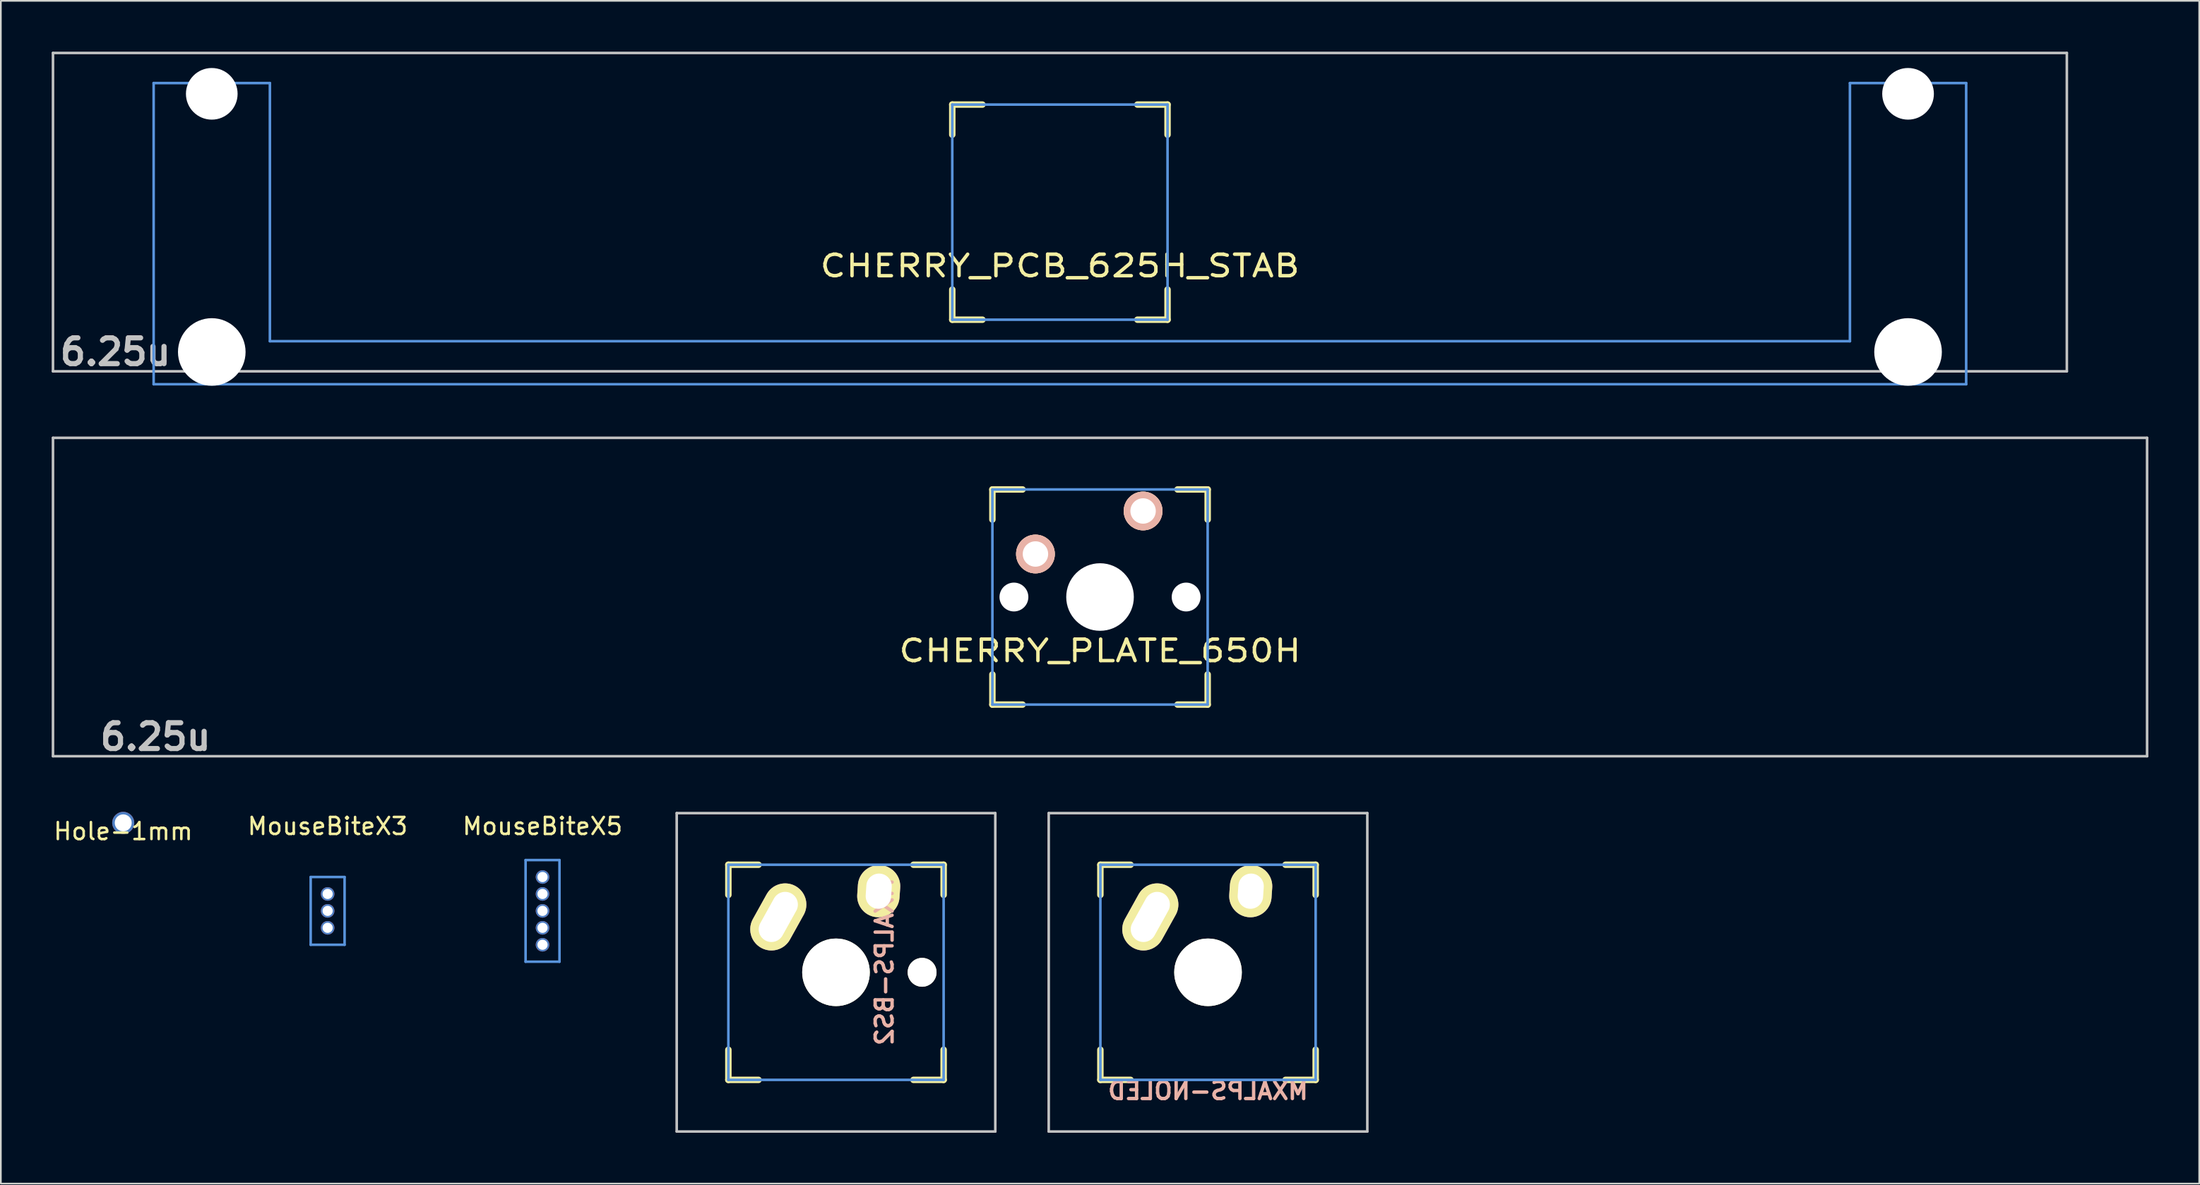
<source format=kicad_pcb>
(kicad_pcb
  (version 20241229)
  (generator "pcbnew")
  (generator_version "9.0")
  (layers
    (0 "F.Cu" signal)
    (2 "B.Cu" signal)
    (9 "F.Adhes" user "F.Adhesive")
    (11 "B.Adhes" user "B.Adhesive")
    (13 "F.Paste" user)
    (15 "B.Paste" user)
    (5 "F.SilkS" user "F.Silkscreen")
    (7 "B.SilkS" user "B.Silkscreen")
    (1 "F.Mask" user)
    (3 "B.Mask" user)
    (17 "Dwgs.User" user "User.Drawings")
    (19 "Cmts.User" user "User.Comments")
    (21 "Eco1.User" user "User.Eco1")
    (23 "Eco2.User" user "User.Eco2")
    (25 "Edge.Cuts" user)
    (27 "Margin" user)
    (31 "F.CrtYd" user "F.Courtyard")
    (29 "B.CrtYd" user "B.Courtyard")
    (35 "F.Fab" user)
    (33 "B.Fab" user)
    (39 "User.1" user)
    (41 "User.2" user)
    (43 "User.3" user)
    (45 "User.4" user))
  (footprint "MouseBiteX3"
    (layer "F.Cu")
    (at 16.28 50.727)
    (property "Reference" "MouseBiteX3" (at 0 -5 0) (layer "F.SilkS") (effects (font (size 1 1) (thickness 0.15))))
    (attr through_hole)
    (fp_line (start -1 -2) (end -1 2) (stroke (width 0.15) (type solid)) (layer "Cmts.User"))
    (fp_line (start -1 2) (end 1 2) (stroke (width 0.15) (type solid)) (layer "Cmts.User"))
    (fp_line (start 1 -2) (end -1 -2) (stroke (width 0.15) (type solid)) (layer "Cmts.User"))
    (fp_line (start 1 2) (end 1 -2) (stroke (width 0.15) (type solid)) (layer "Cmts.User"))
    (pad "1" thru_hole circle (at 0 -1) (size 0.8 0.8) (drill 0.6) (layers "*.Cu" "*.Mask"))
    (pad "1" thru_hole circle (at 0 0) (size 0.8 0.8) (drill 0.6) (layers "*.Cu" "*.Mask"))
    (pad "1" thru_hole circle (at 0 1) (size 0.8 0.8) (drill 0.6) (layers "*.Cu" "*.Mask")))
  (footprint "CHERRY_PCB_625H_STAB"
    (layer "F.Cu")
    (at 59.482 9.474)
    (property "Reference" "CHERRY_PCB_625H_STAB" (at 0 3.175 0) (layer "F.SilkS") (effects (font (size 1.27 1.524) (thickness 0.203))))
    (attr through_hole)
    (fp_line (start -6.35 -6.35) (end -4.572 -6.35) (stroke (width 0.381) (type solid)) (layer "F.SilkS"))
    (fp_line (start -6.35 -4.572) (end -6.35 -6.35) (stroke (width 0.381) (type solid)) (layer "F.SilkS"))
    (fp_line (start -6.35 6.35) (end -6.35 4.572) (stroke (width 0.381) (type solid)) (layer "F.SilkS"))
    (fp_line (start -4.572 6.35) (end -6.35 6.35) (stroke (width 0.381) (type solid)) (layer "F.SilkS"))
    (fp_line (start 4.572 -6.35) (end 6.35 -6.35) (stroke (width 0.381) (type solid)) (layer "F.SilkS"))
    (fp_line (start 6.35 -6.35) (end 6.35 -4.572) (stroke (width 0.381) (type solid)) (layer "F.SilkS"))
    (fp_line (start 6.35 4.572) (end 6.35 6.35) (stroke (width 0.381) (type solid)) (layer "F.SilkS"))
    (fp_line (start 6.35 6.35) (end 4.572 6.35) (stroke (width 0.381) (type solid)) (layer "F.SilkS"))
    (fp_line (start -59.406 -9.398) (end 59.406 -9.398) (stroke (width 0.152) (type solid)) (layer "Dwgs.User"))
    (fp_line (start -59.406 9.398) (end -59.406 -9.398) (stroke (width 0.152) (type solid)) (layer "Dwgs.User"))
    (fp_line (start 59.406 -9.398) (end 59.406 9.398) (stroke (width 0.152) (type solid)) (layer "Dwgs.User"))
    (fp_line (start 59.406 9.398) (end -59.406 9.398) (stroke (width 0.152) (type solid)) (layer "Dwgs.User"))
    (fp_line (start -53.467 -7.62) (end -53.467 10.16) (stroke (width 0.152) (type solid)) (layer "Cmts.User"))
    (fp_line (start -53.467 10.16) (end 53.467 10.16) (stroke (width 0.152) (type solid)) (layer "Cmts.User"))
    (fp_line (start -46.609 -7.62) (end -53.467 -7.62) (stroke (width 0.152) (type solid)) (layer "Cmts.User"))
    (fp_line (start -46.609 7.62) (end -46.609 -7.62) (stroke (width 0.152) (type solid)) (layer "Cmts.User"))
    (fp_line (start -6.35 -6.35) (end 6.35 -6.35) (stroke (width 0.152) (type solid)) (layer "Cmts.User"))
    (fp_line (start -6.35 6.35) (end -6.35 -6.35) (stroke (width 0.152) (type solid)) (layer "Cmts.User"))
    (fp_line (start 6.35 -6.35) (end 6.35 6.35) (stroke (width 0.152) (type solid)) (layer "Cmts.User"))
    (fp_line (start 6.35 6.35) (end -6.35 6.35) (stroke (width 0.152) (type solid)) (layer "Cmts.User"))
    (fp_line (start 46.609 -7.62) (end 46.609 7.62) (stroke (width 0.152) (type solid)) (layer "Cmts.User"))
    (fp_line (start 46.609 7.62) (end -46.609 7.62) (stroke (width 0.152) (type solid)) (layer "Cmts.User"))
    (fp_line (start 53.467 -7.62) (end 46.609 -7.62) (stroke (width 0.152) (type solid)) (layer "Cmts.User"))
    (fp_line (start 53.467 10.16) (end 53.467 -7.62) (stroke (width 0.152) (type solid)) (layer "Cmts.User"))
    (fp_line (start -54.229 -2.286) (end -53.365 -2.286) (stroke (width 0.152) (type solid)) (layer "Eco2.User"))
    (fp_line (start -54.229 0.508) (end -54.229 -2.286) (stroke (width 0.152) (type solid)) (layer "Eco2.User"))
    (fp_line (start -53.365 -5.69) (end -46.711 -5.69) (stroke (width 0.152) (type solid)) (layer "Eco2.User"))
    (fp_line (start -53.365 -2.286) (end -53.365 -5.69) (stroke (width 0.152) (type solid)) (layer "Eco2.User"))
    (fp_line (start -53.365 0.508) (end -54.229 0.508) (stroke (width 0.152) (type solid)) (layer "Eco2.User"))
    (fp_line (start -53.365 6.604) (end -53.365 0.508) (stroke (width 0.152) (type solid)) (layer "Eco2.User"))
    (fp_line (start -52.324 6.604) (end -53.365 6.604) (stroke (width 0.152) (type solid)) (layer "Eco2.User"))
    (fp_line (start -52.324 7.772) (end -52.324 6.604) (stroke (width 0.152) (type solid)) (layer "Eco2.User"))
    (fp_line (start -47.752 6.604) (end -47.752 7.772) (stroke (width 0.152) (type solid)) (layer "Eco2.User"))
    (fp_line (start -47.752 7.772) (end -52.324 7.772) (stroke (width 0.152) (type solid)) (layer "Eco2.User"))
    (fp_line (start -46.711 -5.69) (end -46.711 -2.286) (stroke (width 0.152) (type solid)) (layer "Eco2.User"))
    (fp_line (start -46.711 -2.286) (end -6.985 -2.286) (stroke (width 0.152) (type solid)) (layer "Eco2.User"))
    (fp_line (start -46.711 2.286) (end -46.711 6.604) (stroke (width 0.152) (type solid)) (layer "Eco2.User"))
    (fp_line (start -46.711 6.604) (end -47.752 6.604) (stroke (width 0.152) (type solid)) (layer "Eco2.User"))
    (fp_line (start -6.985 -6.985) (end 6.985 -6.985) (stroke (width 0.152) (type solid)) (layer "Eco2.User"))
    (fp_line (start -6.985 -2.286) (end -6.985 -6.985) (stroke (width 0.152) (type solid)) (layer "Eco2.User"))
    (fp_line (start -6.985 2.286) (end -46.711 2.286) (stroke (width 0.152) (type solid)) (layer "Eco2.User"))
    (fp_line (start -6.985 6.985) (end -6.985 2.286) (stroke (width 0.152) (type solid)) (layer "Eco2.User"))
    (fp_line (start 6.985 -6.985) (end 6.985 -2.286) (stroke (width 0.152) (type solid)) (layer "Eco2.User"))
    (fp_line (start 6.985 -2.286) (end 46.711 -2.286) (stroke (width 0.152) (type solid)) (layer "Eco2.User"))
    (fp_line (start 6.985 2.286) (end 6.985 6.985) (stroke (width 0.152) (type solid)) (layer "Eco2.User"))
    (fp_line (start 6.985 6.985) (end -6.985 6.985) (stroke (width 0.152) (type solid)) (layer "Eco2.User"))
    (fp_line (start 46.711 -5.69) (end 53.365 -5.69) (stroke (width 0.152) (type solid)) (layer "Eco2.User"))
    (fp_line (start 46.711 -2.286) (end 46.711 -5.69) (stroke (width 0.152) (type solid)) (layer "Eco2.User"))
    (fp_line (start 46.711 2.286) (end 6.985 2.286) (stroke (width 0.152) (type solid)) (layer "Eco2.User"))
    (fp_line (start 46.711 6.604) (end 46.711 2.286) (stroke (width 0.152) (type solid)) (layer "Eco2.User"))
    (fp_line (start 47.752 6.604) (end 46.711 6.604) (stroke (width 0.152) (type solid)) (layer "Eco2.User"))
    (fp_line (start 47.752 7.772) (end 47.752 6.604) (stroke (width 0.152) (type solid)) (layer "Eco2.User"))
    (fp_line (start 52.324 6.604) (end 52.324 7.772) (stroke (width 0.152) (type solid)) (layer "Eco2.User"))
    (fp_line (start 52.324 7.772) (end 47.752 7.772) (stroke (width 0.152) (type solid)) (layer "Eco2.User"))
    (fp_line (start 53.365 -5.69) (end 53.365 -2.286) (stroke (width 0.152) (type solid)) (layer "Eco2.User"))
    (fp_line (start 53.365 -2.286) (end 54.229 -2.286) (stroke (width 0.152) (type solid)) (layer "Eco2.User"))
    (fp_line (start 53.365 0.508) (end 53.365 6.604) (stroke (width 0.152) (type solid)) (layer "Eco2.User"))
    (fp_line (start 53.365 6.604) (end 52.324 6.604) (stroke (width 0.152) (type solid)) (layer "Eco2.User"))
    (fp_line (start 54.229 -2.286) (end 54.229 0.508) (stroke (width 0.152) (type solid)) (layer "Eco2.User"))
    (fp_line (start 54.229 0.508) (end 53.365 0.508) (stroke (width 0.152) (type solid)) (layer "Eco2.User"))
    (fp_text user "6.25u" (at -55.723 8.255 0) (layer "Dwgs.User") (effects (font (size 1.524 1.524) (thickness 0.305))))
    (pad "" np_thru_hole circle (at -50.038 -6.985) (size 3.048 3.048) (drill 3.048) (layers "*.Cu"))
    (pad "" np_thru_hole circle (at -50.038 8.255) (size 3.988 3.988) (drill 3.988) (layers "*.Cu"))
    (pad "" np_thru_hole circle (at 50.038 -6.985) (size 3.048 3.048) (drill 3.048) (layers "*.Cu"))
    (pad "" np_thru_hole circle (at 50.038 8.255) (size 3.988 3.988) (drill 3.988) (layers "*.Cu")))
  (footprint "Hole-1mm"
    (layer "F.Cu")
    (at 4.22 45.529)
    (property "Reference" "Hole-1mm" (at 0 0.5 0) (layer "F.SilkS") (effects (font (size 1 1) (thickness 0.15))))
    (attr through_hole)
    (pad "1" thru_hole circle (at 0 0) (size 1.3 1.3) (drill 1) (layers "*.Cu" "*.Mask")))
  (footprint "MXALPS-BS2"
    (layer "F.Cu")
    (at 46.272 54.353)
    (property "Reference" "MXALPS-BS2" (at 2.857 -0.635 90) (layer "B.SilkS") (effects (font (size 1 1) (thickness 0.2)) (justify mirror)))
    (attr through_hole)
    (fp_line (start -6.35 -6.35) (end -4.572 -6.35) (stroke (width 0.381) (type solid)) (layer "F.SilkS"))
    (fp_line (start -6.35 -4.572) (end -6.35 -6.35) (stroke (width 0.381) (type solid)) (layer "F.SilkS"))
    (fp_line (start -6.35 6.35) (end -6.35 4.572) (stroke (width 0.381) (type solid)) (layer "F.SilkS"))
    (fp_line (start -4.572 6.35) (end -6.35 6.35) (stroke (width 0.381) (type solid)) (layer "F.SilkS"))
    (fp_line (start 4.572 -6.35) (end 6.35 -6.35) (stroke (width 0.381) (type solid)) (layer "F.SilkS"))
    (fp_line (start 6.35 -6.35) (end 6.35 -4.572) (stroke (width 0.381) (type solid)) (layer "F.SilkS"))
    (fp_line (start 6.35 4.572) (end 6.35 6.35) (stroke (width 0.381) (type solid)) (layer "F.SilkS"))
    (fp_line (start 6.35 6.35) (end 4.572 6.35) (stroke (width 0.381) (type solid)) (layer "F.SilkS"))
    (fp_line (start -9.398 -9.398) (end 9.398 -9.398) (stroke (width 0.152) (type solid)) (layer "Dwgs.User"))
    (fp_line (start -9.398 9.398) (end -9.398 -9.398) (stroke (width 0.152) (type solid)) (layer "Dwgs.User"))
    (fp_line (start 9.398 -9.398) (end 9.398 9.398) (stroke (width 0.152) (type solid)) (layer "Dwgs.User"))
    (fp_line (start 9.398 9.398) (end -9.398 9.398) (stroke (width 0.152) (type solid)) (layer "Dwgs.User"))
    (fp_line (start -6.35 -6.35) (end 6.35 -6.35) (stroke (width 0.152) (type solid)) (layer "Cmts.User"))
    (fp_line (start -6.35 6.35) (end -6.35 -6.35) (stroke (width 0.152) (type solid)) (layer "Cmts.User"))
    (fp_line (start 6.35 -6.35) (end 6.35 6.35) (stroke (width 0.152) (type solid)) (layer "Cmts.User"))
    (fp_line (start 6.35 6.35) (end -6.35 6.35) (stroke (width 0.152) (type solid)) (layer "Cmts.User"))
    (fp_line (start -7.75 -6.4) (end -6.985 -6.4) (stroke (width 0.152) (type solid)) (layer "Eco2.User"))
    (fp_line (start -7.75 6.4) (end -7.75 -6.4) (stroke (width 0.152) (type solid)) (layer "Eco2.User"))
    (fp_line (start -7.75 6.4) (end -6.985 6.4) (stroke (width 0.152) (type solid)) (layer "Eco2.User"))
    (fp_line (start -6.985 -6.985) (end 6.985 -6.985) (stroke (width 0.152) (type solid)) (layer "Eco2.User"))
    (fp_line (start -6.985 -6.4) (end -6.985 -6.985) (stroke (width 0.152) (type solid)) (layer "Eco2.User"))
    (fp_line (start -6.985 6.4) (end -6.985 6.985) (stroke (width 0.152) (type solid)) (layer "Eco2.User"))
    (fp_line (start 6.985 -6.4) (end 6.985 -6.985) (stroke (width 0.152) (type solid)) (layer "Eco2.User"))
    (fp_line (start 6.985 6.4) (end 7.75 6.4) (stroke (width 0.152) (type solid)) (layer "Eco2.User"))
    (fp_line (start 6.985 6.985) (end -6.985 6.985) (stroke (width 0.152) (type solid)) (layer "Eco2.User"))
    (fp_line (start 6.985 6.985) (end 6.985 6.4) (stroke (width 0.152) (type solid)) (layer "Eco2.User"))
    (fp_line (start 7.75 -6.4) (end 6.985 -6.4) (stroke (width 0.152) (type solid)) (layer "Eco2.User"))
    (fp_line (start 7.75 6.4) (end 7.75 -6.4) (stroke (width 0.152) (type solid)) (layer "Eco2.User"))
    (pad "" np_thru_hole circle (at 0 0 180) (size 3.988 3.988) (drill 3.988) (layers "*.Cu" "*.Mask" "F.SilkS"))
    (pad "" np_thru_hole circle (at 5.08 0 180) (size 1.702 1.702) (drill 1.702) (layers "*.Cu" "*.Mask" "F.SilkS"))
    (pad "SW1" thru_hole oval (at -3.405 -3.27 150.95) (size 2.5 4.17) (drill oval 1.5 3.17) (layers "*.Cu" "*.Mask" "F.SilkS"))
    (pad "SW2" thru_hole oval (at 2.52 -4.79 176.1) (size 2.5 3.08) (drill oval 1.5 2.08) (layers "*.Cu" "*.Mask" "F.SilkS")))
  (footprint "CHERRY_PLATE_650H"
    (layer "F.Cu")
    (at 61.849 32.197)
    (property "Reference" "CHERRY_PLATE_650H" (at 0 3.175 0) (layer "F.SilkS") (effects (font (size 1.27 1.524) (thickness 0.203))))
    (attr through_hole)
    (fp_line (start -6.35 -6.35) (end -4.572 -6.35) (stroke (width 0.381) (type solid)) (layer "F.SilkS"))
    (fp_line (start -6.35 -4.572) (end -6.35 -6.35) (stroke (width 0.381) (type solid)) (layer "F.SilkS"))
    (fp_line (start -6.35 6.35) (end -6.35 4.572) (stroke (width 0.381) (type solid)) (layer "F.SilkS"))
    (fp_line (start -4.572 6.35) (end -6.35 6.35) (stroke (width 0.381) (type solid)) (layer "F.SilkS"))
    (fp_line (start 4.572 -6.35) (end 6.35 -6.35) (stroke (width 0.381) (type solid)) (layer "F.SilkS"))
    (fp_line (start 6.35 -6.35) (end 6.35 -4.572) (stroke (width 0.381) (type solid)) (layer "F.SilkS"))
    (fp_line (start 6.35 4.572) (end 6.35 6.35) (stroke (width 0.381) (type solid)) (layer "F.SilkS"))
    (fp_line (start 6.35 6.35) (end 4.572 6.35) (stroke (width 0.381) (type solid)) (layer "F.SilkS"))
    (fp_line (start -61.773 -9.398) (end 61.773 -9.398) (stroke (width 0.152) (type solid)) (layer "Dwgs.User"))
    (fp_line (start -61.773 9.398) (end -61.773 -9.398) (stroke (width 0.152) (type solid)) (layer "Dwgs.User"))
    (fp_line (start 61.773 -9.398) (end 61.773 9.398) (stroke (width 0.152) (type solid)) (layer "Dwgs.User"))
    (fp_line (start 61.773 9.398) (end -61.773 9.398) (stroke (width 0.152) (type solid)) (layer "Dwgs.User"))
    (fp_line (start -6.35 -6.35) (end 6.35 -6.35) (stroke (width 0.152) (type solid)) (layer "Cmts.User"))
    (fp_line (start -6.35 6.35) (end -6.35 -6.35) (stroke (width 0.152) (type solid)) (layer "Cmts.User"))
    (fp_line (start 6.35 -6.35) (end 6.35 6.35) (stroke (width 0.152) (type solid)) (layer "Cmts.User"))
    (fp_line (start 6.35 6.35) (end -6.35 6.35) (stroke (width 0.152) (type solid)) (layer "Cmts.User"))
    (fp_text user "6.25u" (at -55.723 8.255 0) (layer "Dwgs.User") (effects (font (size 1.524 1.524) (thickness 0.305))))
    (pad "" np_thru_hole circle (at -5.08 0) (size 1.702 1.702) (drill 1.702) (layers "*.Cu"))
    (pad "" np_thru_hole circle (at 0 0) (size 3.988 3.988) (drill 3.988) (layers "*.Cu"))
    (pad "" np_thru_hole circle (at 5.08 0) (size 1.702 1.702) (drill 1.702) (layers "*.Cu"))
    (pad "1" thru_hole circle (at 2.54 -5.08) (size 2.286 2.286) (drill 1.499) (layers "*.Cu" "*.SilkS" "*.Mask"))
    (pad "2" thru_hole circle (at -3.81 -2.54) (size 2.286 2.286) (drill 1.499) (layers "*.Cu" "*.SilkS" "*.Mask")))
  (footprint "MouseBiteX5"
    (layer "F.Cu")
    (at 28.958 50.727)
    (property "Reference" "MouseBiteX5" (at 0 -5 0) (layer "F.SilkS") (effects (font (size 1 1) (thickness 0.15))))
    (attr through_hole)
    (fp_line (start -1 -3) (end -1 3) (stroke (width 0.15) (type solid)) (layer "Cmts.User"))
    (fp_line (start -1 3) (end 1 3) (stroke (width 0.15) (type solid)) (layer "Cmts.User"))
    (fp_line (start 1 -3) (end -1 -3) (stroke (width 0.15) (type solid)) (layer "Cmts.User"))
    (fp_line (start 1 3) (end 1 -3) (stroke (width 0.15) (type solid)) (layer "Cmts.User"))
    (pad "1" thru_hole circle (at 0 -2) (size 0.8 0.8) (drill 0.6) (layers "*.Cu" "*.Mask"))
    (pad "1" thru_hole circle (at 0 -1) (size 0.8 0.8) (drill 0.6) (layers "*.Cu" "*.Mask"))
    (pad "1" thru_hole circle (at 0 0) (size 0.8 0.8) (drill 0.6) (layers "*.Cu" "*.Mask"))
    (pad "1" thru_hole circle (at 0 1) (size 0.8 0.8) (drill 0.6) (layers "*.Cu" "*.Mask"))
    (pad "1" thru_hole circle (at 0 2) (size 0.8 0.8) (drill 0.6) (layers "*.Cu" "*.Mask")))
  (footprint "MXALPS-NOLED"
    (layer "F.Cu")
    (at 68.22 54.353)
    (property "Reference" "MXALPS-NOLED" (at 0 7 0) (layer "B.SilkS") (effects (font (size 1 1) (thickness 0.2)) (justify mirror)))
    (attr through_hole)
    (fp_line (start -6.35 -6.35) (end -4.572 -6.35) (stroke (width 0.381) (type solid)) (layer "F.SilkS"))
    (fp_line (start -6.35 -4.572) (end -6.35 -6.35) (stroke (width 0.381) (type solid)) (layer "F.SilkS"))
    (fp_line (start -6.35 6.35) (end -6.35 4.572) (stroke (width 0.381) (type solid)) (layer "F.SilkS"))
    (fp_line (start -4.572 6.35) (end -6.35 6.35) (stroke (width 0.381) (type solid)) (layer "F.SilkS"))
    (fp_line (start 4.572 -6.35) (end 6.35 -6.35) (stroke (width 0.381) (type solid)) (layer "F.SilkS"))
    (fp_line (start 6.35 -6.35) (end 6.35 -4.572) (stroke (width 0.381) (type solid)) (layer "F.SilkS"))
    (fp_line (start 6.35 4.572) (end 6.35 6.35) (stroke (width 0.381) (type solid)) (layer "F.SilkS"))
    (fp_line (start 6.35 6.35) (end 4.572 6.35) (stroke (width 0.381) (type solid)) (layer "F.SilkS"))
    (fp_line (start -9.398 -9.398) (end 9.398 -9.398) (stroke (width 0.152) (type solid)) (layer "Dwgs.User"))
    (fp_line (start -9.398 9.398) (end -9.398 -9.398) (stroke (width 0.152) (type solid)) (layer "Dwgs.User"))
    (fp_line (start 9.398 -9.398) (end 9.398 9.398) (stroke (width 0.152) (type solid)) (layer "Dwgs.User"))
    (fp_line (start 9.398 9.398) (end -9.398 9.398) (stroke (width 0.152) (type solid)) (layer "Dwgs.User"))
    (fp_line (start -6.35 -6.35) (end 6.35 -6.35) (stroke (width 0.152) (type solid)) (layer "Cmts.User"))
    (fp_line (start -6.35 6.35) (end -6.35 -6.35) (stroke (width 0.152) (type solid)) (layer "Cmts.User"))
    (fp_line (start 6.35 -6.35) (end 6.35 6.35) (stroke (width 0.152) (type solid)) (layer "Cmts.User"))
    (fp_line (start 6.35 6.35) (end -6.35 6.35) (stroke (width 0.152) (type solid)) (layer "Cmts.User"))
    (fp_line (start -7.75 -6.4) (end -6.985 -6.4) (stroke (width 0.152) (type solid)) (layer "Eco2.User"))
    (fp_line (start -7.75 6.4) (end -7.75 -6.4) (stroke (width 0.152) (type solid)) (layer "Eco2.User"))
    (fp_line (start -7.75 6.4) (end -6.985 6.4) (stroke (width 0.152) (type solid)) (layer "Eco2.User"))
    (fp_line (start -6.985 -6.985) (end 6.985 -6.985) (stroke (width 0.152) (type solid)) (layer "Eco2.User"))
    (fp_line (start -6.985 -6.4) (end -6.985 -6.985) (stroke (width 0.152) (type solid)) (layer "Eco2.User"))
    (fp_line (start -6.985 6.4) (end -6.985 6.985) (stroke (width 0.152) (type solid)) (layer "Eco2.User"))
    (fp_line (start 6.985 -6.4) (end 6.985 -6.985) (stroke (width 0.152) (type solid)) (layer "Eco2.User"))
    (fp_line (start 6.985 6.4) (end 7.75 6.4) (stroke (width 0.152) (type solid)) (layer "Eco2.User"))
    (fp_line (start 6.985 6.985) (end -6.985 6.985) (stroke (width 0.152) (type solid)) (layer "Eco2.User"))
    (fp_line (start 6.985 6.985) (end 6.985 6.4) (stroke (width 0.152) (type solid)) (layer "Eco2.User"))
    (fp_line (start 7.75 -6.4) (end 6.985 -6.4) (stroke (width 0.152) (type solid)) (layer "Eco2.User"))
    (fp_line (start 7.75 6.4) (end 7.75 -6.4) (stroke (width 0.152) (type solid)) (layer "Eco2.User"))
    (pad "" np_thru_hole circle (at 0 0) (size 3.988 3.988) (drill 3.988) (layers "*.Cu" "*.Mask" "F.SilkS"))
    (pad "SW1" thru_hole oval (at -3.405 -3.27 330.95) (size 2.5 4.17) (drill oval 1.5 3.17) (layers "*.Cu" "*.Mask" "F.SilkS"))
    (pad "SW2" thru_hole oval (at 2.52 -4.79 356.1) (size 2.5 3.08) (drill oval 1.5 2.08) (layers "*.Cu" "*.Mask" "F.SilkS")))
  (gr_rect
    (start -3 -3)
    (end 126.698 66.827)
    (stroke (width 0.1) (type default))
    (fill no)
    (layer "Edge.Cuts")))
</source>
